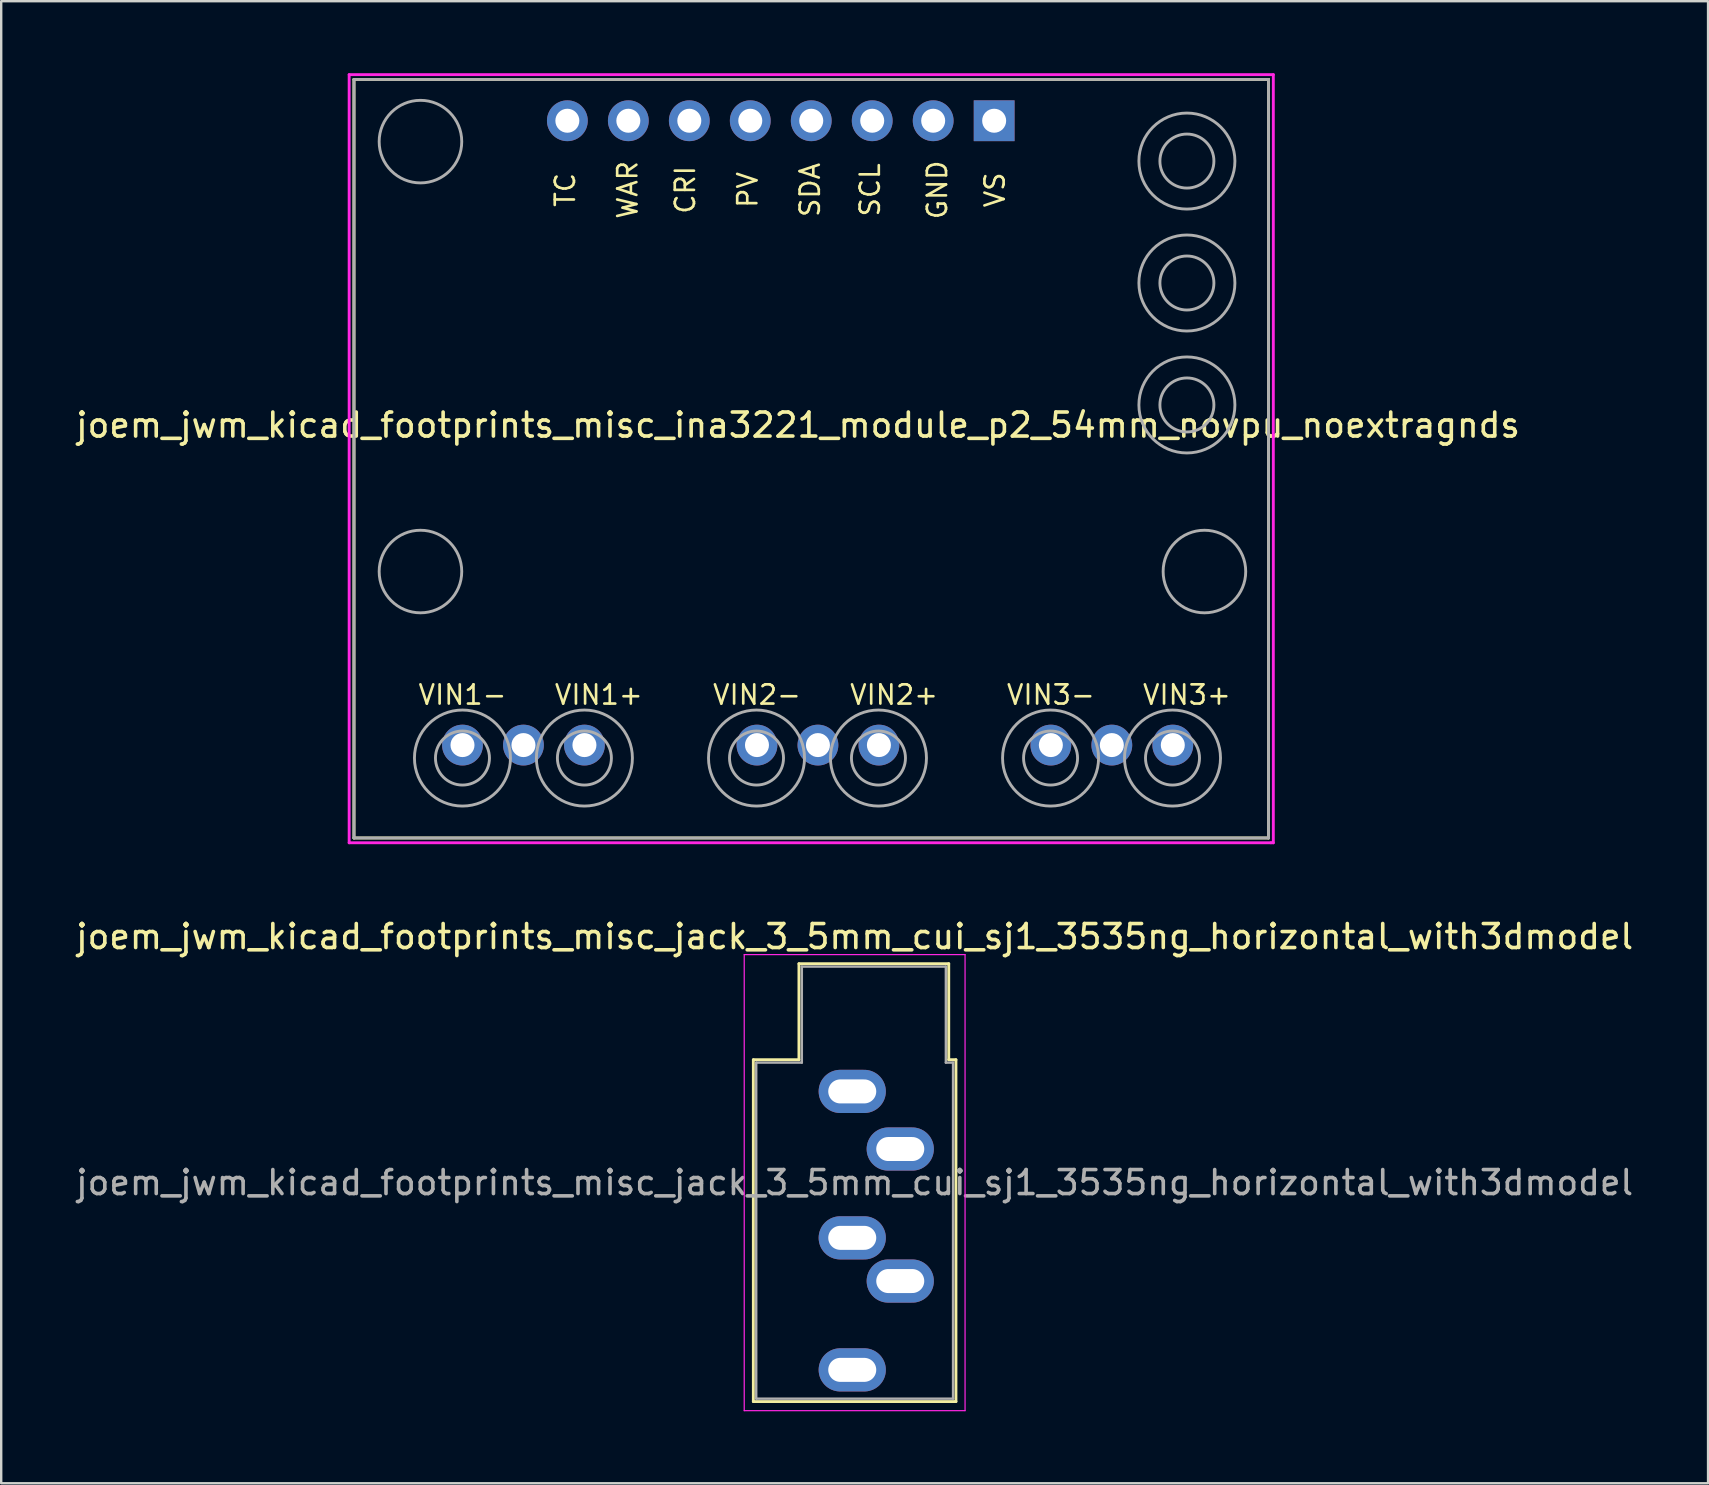
<source format=kicad_pcb>
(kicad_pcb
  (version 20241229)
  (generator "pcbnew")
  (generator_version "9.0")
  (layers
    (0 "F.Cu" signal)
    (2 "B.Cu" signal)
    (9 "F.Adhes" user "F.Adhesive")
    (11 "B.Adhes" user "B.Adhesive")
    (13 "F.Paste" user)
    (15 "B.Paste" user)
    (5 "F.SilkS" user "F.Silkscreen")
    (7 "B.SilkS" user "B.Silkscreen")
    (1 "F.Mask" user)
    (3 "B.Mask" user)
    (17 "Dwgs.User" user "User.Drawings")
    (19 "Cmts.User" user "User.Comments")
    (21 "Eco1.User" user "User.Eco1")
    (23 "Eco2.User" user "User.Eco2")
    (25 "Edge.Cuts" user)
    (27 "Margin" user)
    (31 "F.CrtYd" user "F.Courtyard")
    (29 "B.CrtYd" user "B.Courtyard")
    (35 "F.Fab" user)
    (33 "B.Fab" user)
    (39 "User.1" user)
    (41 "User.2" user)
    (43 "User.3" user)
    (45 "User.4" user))
  (footprint "joem_jwm_kicad_footprints_misc_jack_3_5mm_cui_sj1_3535ng_horizontal_with3dmodel"
    (layer "F.Cu")
    (at 32.454 42.418)
    (property "Reference" "joem_jwm_kicad_footprints_misc_jack_3_5mm_cui_sj1_3535ng_horizontal_with3dmodel" (at 0.1 -6.45 0) (layer "F.SilkS") (effects (font (size 1 1) (thickness 0.15))))
    (attr through_hole)
    (fp_line (start -4.12 -1.32) (end -2.22 -1.32) (stroke (width 0.12) (type solid)) (layer "F.SilkS"))
    (fp_line (start -4.12 12.92) (end -4.12 -1.32) (stroke (width 0.12) (type solid)) (layer "F.SilkS"))
    (fp_line (start -2.22 -5.32) (end 4.02 -5.32) (stroke (width 0.12) (type solid)) (layer "F.SilkS"))
    (fp_line (start -2.22 -1.32) (end -2.22 -5.32) (stroke (width 0.12) (type solid)) (layer "F.SilkS"))
    (fp_line (start 4.02 -5.32) (end 4.02 -1.32) (stroke (width 0.12) (type solid)) (layer "F.SilkS"))
    (fp_line (start 4.02 -1.32) (end 4.32 -1.32) (stroke (width 0.12) (type solid)) (layer "F.SilkS"))
    (fp_line (start 4.32 -1.32) (end 4.32 12.92) (stroke (width 0.12) (type solid)) (layer "F.SilkS"))
    (fp_line (start 4.32 12.92) (end -4.12 12.92) (stroke (width 0.12) (type solid)) (layer "F.SilkS"))
    (fp_line (start -4.5 -5.7) (end -4.5 13.3) (stroke (width 0.05) (type solid)) (layer "F.CrtYd"))
    (fp_line (start -4.5 13.3) (end 4.7 13.3) (stroke (width 0.05) (type solid)) (layer "F.CrtYd"))
    (fp_line (start 4.7 -5.7) (end -4.5 -5.7) (stroke (width 0.05) (type solid)) (layer "F.CrtYd"))
    (fp_line (start 4.7 13.3) (end 4.7 -5.7) (stroke (width 0.05) (type solid)) (layer "F.CrtYd"))
    (fp_line (start -4 -1.2) (end -2.1 -1.2) (stroke (width 0.1) (type solid)) (layer "F.Fab"))
    (fp_line (start -4 12.8) (end -4 -1.2) (stroke (width 0.1) (type solid)) (layer "F.Fab"))
    (fp_line (start -2.1 -5.2) (end 3.9 -5.2) (stroke (width 0.1) (type solid)) (layer "F.Fab"))
    (fp_line (start -2.1 -1.2) (end -2.1 -5.2) (stroke (width 0.1) (type solid)) (layer "F.Fab"))
    (fp_line (start 3.9 -5.2) (end 3.9 -1.2) (stroke (width 0.1) (type solid)) (layer "F.Fab"))
    (fp_line (start 3.9 -1.2) (end 4.2 -1.2) (stroke (width 0.1) (type solid)) (layer "F.Fab"))
    (fp_line (start 4.2 -1.2) (end 4.2 12.8) (stroke (width 0.1) (type solid)) (layer "F.Fab"))
    (fp_line (start 4.2 12.8) (end -4 12.8) (stroke (width 0.1) (type solid)) (layer "F.Fab"))
    (fp_text user "${REFERENCE}" (at 0.1 3.8 0) (layer "F.Fab") (effects (font (size 1 1) (thickness 0.15))))
    (pad "R" thru_hole oval (at 2 7.9) (size 2.8 1.8) (drill oval 2 1) (layers "*.Cu" "*.Mask"))
    (pad "RN" thru_hole oval (at 0 6.1) (size 2.8 1.8) (drill oval 2 1) (layers "*.Cu" "*.Mask"))
    (pad "S" thru_hole oval (at 0 0) (size 2.8 1.8) (drill oval 2 1) (layers "*.Cu" "*.Mask"))
    (pad "T" thru_hole oval (at 2 2.4) (size 2.8 1.8) (drill oval 2 1) (layers "*.Cu" "*.Mask"))
    (pad "TN" thru_hole oval (at 0 11.6) (size 2.8 1.8) (drill oval 2 1) (layers "*.Cu" "*.Mask")))
  (footprint "joem_jwm_kicad_footprints_misc_ina3221_module_p2_54mm_novpu_noextragnds"
    (layer "F.Cu")
    (at 38.396 2.04)
    (property "Reference" "joem_jwm_kicad_footprints_misc_ina3221_module_p2_54mm_novpu_noextragnds" (at -8.2 12.62 0) (layer "F.SilkS") (effects (font (size 1 1) (thickness 0.15))))
    (attr through_hole)
    (fp_line (start -26.7 -1.78) (end 11.4 -1.78) (stroke (width 0.12) (type solid)) (layer "F.SilkS"))
    (fp_line (start -26.7 29.82) (end -26.7 -1.78) (stroke (width 0.12) (type solid)) (layer "F.SilkS"))
    (fp_line (start 11.4 -1.78) (end 11.4 29.82) (stroke (width 0.12) (type solid)) (layer "F.SilkS"))
    (fp_line (start 11.4 29.82) (end -26.7 29.82) (stroke (width 0.12) (type solid)) (layer "F.SilkS"))
    (fp_line (start -26.9 -1.98) (end 11.6 -1.98) (stroke (width 0.12) (type solid)) (layer "F.CrtYd"))
    (fp_line (start -26.9 30.02) (end -26.9 -1.98) (stroke (width 0.12) (type solid)) (layer "F.CrtYd"))
    (fp_line (start 11.5 30.02) (end -26.9 30.02) (stroke (width 0.12) (type solid)) (layer "F.CrtYd"))
    (fp_line (start 11.6 -1.98) (end 11.6 30.02) (stroke (width 0.12) (type solid)) (layer "F.CrtYd"))
    (fp_line (start 11.6 30.02) (end 11.5 30.02) (stroke (width 0.12) (type solid)) (layer "F.CrtYd"))
    (fp_line (start -26.7 -1.78) (end 11.4 -1.78) (stroke (width 0.12) (type solid)) (layer "F.Fab"))
    (fp_line (start -26.7 29.82) (end -26.7 -1.78) (stroke (width 0.12) (type solid)) (layer "F.Fab"))
    (fp_line (start 11.4 -1.78) (end 11.4 29.82) (stroke (width 0.12) (type solid)) (layer "F.Fab"))
    (fp_line (start 11.4 29.82) (end -26.7 29.82) (stroke (width 0.12) (type solid)) (layer "F.Fab"))
    (fp_circle (center -23.93 0.81) (end -22.21 0.81) (stroke (width 0.12) (type solid)) (fill no) (layer "F.Fab"))
    (fp_circle (center -23.93 18.72) (end -22.21 18.72) (stroke (width 0.12) (type solid)) (fill no) (layer "F.Fab"))
    (fp_circle (center -22.18 26.49) (end -21.055 26.49) (stroke (width 0.12) (type solid)) (fill no) (layer "F.Fab"))
    (fp_circle (center -22.18 26.49) (end -20.18 26.49) (stroke (width 0.12) (type solid)) (fill no) (layer "F.Fab"))
    (fp_circle (center -17.1 26.49) (end -15.975 26.49) (stroke (width 0.12) (type solid)) (fill no) (layer "F.Fab"))
    (fp_circle (center -17.1 26.49) (end -15.1 26.49) (stroke (width 0.12) (type solid)) (fill no) (layer "F.Fab"))
    (fp_circle (center -9.93 26.49) (end -8.805 26.49) (stroke (width 0.12) (type solid)) (fill no) (layer "F.Fab"))
    (fp_circle (center -9.93 26.49) (end -7.93 26.49) (stroke (width 0.12) (type solid)) (fill no) (layer "F.Fab"))
    (fp_circle (center -4.85 26.49) (end -3.725 26.49) (stroke (width 0.12) (type solid)) (fill no) (layer "F.Fab"))
    (fp_circle (center -4.85 26.49) (end -2.85 26.49) (stroke (width 0.12) (type solid)) (fill no) (layer "F.Fab"))
    (fp_circle (center 2.32 26.49) (end 3.445 26.49) (stroke (width 0.12) (type solid)) (fill no) (layer "F.Fab"))
    (fp_circle (center 2.32 26.49) (end 4.32 26.49) (stroke (width 0.12) (type solid)) (fill no) (layer "F.Fab"))
    (fp_circle (center 7.4 26.49) (end 8.525 26.49) (stroke (width 0.12) (type solid)) (fill no) (layer "F.Fab"))
    (fp_circle (center 7.4 26.49) (end 9.4 26.49) (stroke (width 0.12) (type solid)) (fill no) (layer "F.Fab"))
    (fp_circle (center 8 1.62) (end 9.125 1.62) (stroke (width 0.12) (type solid)) (fill no) (layer "F.Fab"))
    (fp_circle (center 8 1.62) (end 10 1.62) (stroke (width 0.12) (type solid)) (fill no) (layer "F.Fab"))
    (fp_circle (center 8 6.7) (end 9.125 6.7) (stroke (width 0.12) (type solid)) (fill no) (layer "F.Fab"))
    (fp_circle (center 8 6.7) (end 10 6.7) (stroke (width 0.12) (type solid)) (fill no) (layer "F.Fab"))
    (fp_circle (center 8 11.78) (end 9.125 11.78) (stroke (width 0.12) (type solid)) (fill no) (layer "F.Fab"))
    (fp_circle (center 8 11.78) (end 10 11.78) (stroke (width 0.12) (type solid)) (fill no) (layer "F.Fab"))
    (fp_circle (center 8.73 18.72) (end 10.45 18.72) (stroke (width 0.12) (type solid)) (fill no) (layer "F.Fab"))
    (fp_text user "VS" (at 0 2.82 90) (layer "F.SilkS") (effects (font (size 0.8 0.8) (thickness 0.11))))
    (fp_text user "TC" (at -17.9 2.82 90) (layer "F.SilkS") (effects (font (size 0.8 0.8) (thickness 0.11))))
    (fp_text user "VIN2-" (at -9.911 23.855 180) (layer "F.SilkS") (effects (font (size 0.8 0.8) (thickness 0.11))))
    (fp_text user "PV" (at -10.3 2.82 270) (layer "F.SilkS") (effects (font (size 0.8 0.8) (thickness 0.11))))
    (fp_text user "VIN1-" (at -22.179 23.855 180) (layer "F.SilkS") (effects (font (size 0.8 0.8) (thickness 0.11))))
    (fp_text user "GND" (at -2.4 2.82 90) (layer "F.SilkS") (effects (font (size 0.8 0.8) (thickness 0.11))))
    (fp_text user "VIN3+" (at 8 23.855 180) (layer "F.SilkS") (effects (font (size 0.8 0.8) (thickness 0.11))))
    (fp_text user "SCL" (at -5.2 2.82 270) (layer "F.SilkS") (effects (font (size 0.8 0.8) (thickness 0.11))))
    (fp_text user "VIN1+" (at -16.5 23.855 180) (layer "F.SilkS") (effects (font (size 0.8 0.8) (thickness 0.11))))
    (fp_text user "SDA" (at -7.7 2.82 270) (layer "F.SilkS") (effects (font (size 0.8 0.8) (thickness 0.11))))
    (fp_text user "VIN2+" (at -4.2 23.855 180) (layer "F.SilkS") (effects (font (size 0.8 0.8) (thickness 0.11))))
    (fp_text user "VIN3-" (at 2.332 23.855 180) (layer "F.SilkS") (effects (font (size 0.8 0.8) (thickness 0.11))))
    (fp_text user "CRI" (at -12.9 2.82 90) (layer "F.SilkS") (effects (font (size 0.8 0.8) (thickness 0.11))))
    (fp_text user "WAR" (at -15.3 2.82 90) (layer "F.SilkS") (effects (font (size 0.8 0.8) (thickness 0.11))))
    (pad "" thru_hole circle (at -19.639 25.95 180) (size 1.7 1.7) (drill 1) (layers "*.Cu" "*.Mask"))
    (pad "" thru_hole circle (at -7.371 25.95 180) (size 1.7 1.7) (drill 1) (layers "*.Cu" "*.Mask"))
    (pad "" thru_hole circle (at 4.872 25.95 180) (size 1.7 1.7) (drill 1) (layers "*.Cu" "*.Mask"))
    (pad "1" thru_hole rect (at -0.03 -0.06 180) (size 1.7 1.7) (drill 1) (layers "*.Cu" "*.Mask"))
    (pad "2" thru_hole circle (at -2.57 -0.06 180) (size 1.7 1.7) (drill 1) (layers "*.Cu" "*.Mask"))
    (pad "3" thru_hole circle (at -5.11 -0.06 180) (size 1.7 1.7) (drill 1) (layers "*.Cu" "*.Mask"))
    (pad "4" thru_hole circle (at -7.65 -0.06 180) (size 1.7 1.7) (drill 1) (layers "*.Cu" "*.Mask"))
    (pad "5" thru_hole circle (at -10.19 -0.06 180) (size 1.7 1.7) (drill 1) (layers "*.Cu" "*.Mask"))
    (pad "6" thru_hole circle (at -12.73 -0.06 180) (size 1.7 1.7) (drill 1) (layers "*.Cu" "*.Mask"))
    (pad "7" thru_hole circle (at -15.27 -0.06 180) (size 1.7 1.7) (drill 1) (layers "*.Cu" "*.Mask"))
    (pad "8" thru_hole circle (at -17.81 -0.06 180) (size 1.7 1.7) (drill 1) (layers "*.Cu" "*.Mask"))
    (pad "9" thru_hole circle (at -22.179 25.95 180) (size 1.7 1.7) (drill 1) (layers "*.Cu" "*.Mask"))
    (pad "10" thru_hole circle (at -17.099 25.95 180) (size 1.7 1.7) (drill 1) (layers "*.Cu" "*.Mask"))
    (pad "11" thru_hole circle (at -9.911 25.95 180) (size 1.7 1.7) (drill 1) (layers "*.Cu" "*.Mask"))
    (pad "12" thru_hole circle (at -4.831 25.95 180) (size 1.7 1.7) (drill 1) (layers "*.Cu" "*.Mask"))
    (pad "13" thru_hole circle (at 2.332 25.95 180) (size 1.7 1.7) (drill 1) (layers "*.Cu" "*.Mask"))
    (pad "14" thru_hole circle (at 7.412 25.95 180) (size 1.7 1.7) (drill 1) (layers "*.Cu" "*.Mask")))
  (gr_rect
    (start -3 -3)
    (end 68.107 58.743)
    (stroke (width 0.1) (type default))
    (fill no)
    (layer "Edge.Cuts")))
</source>
